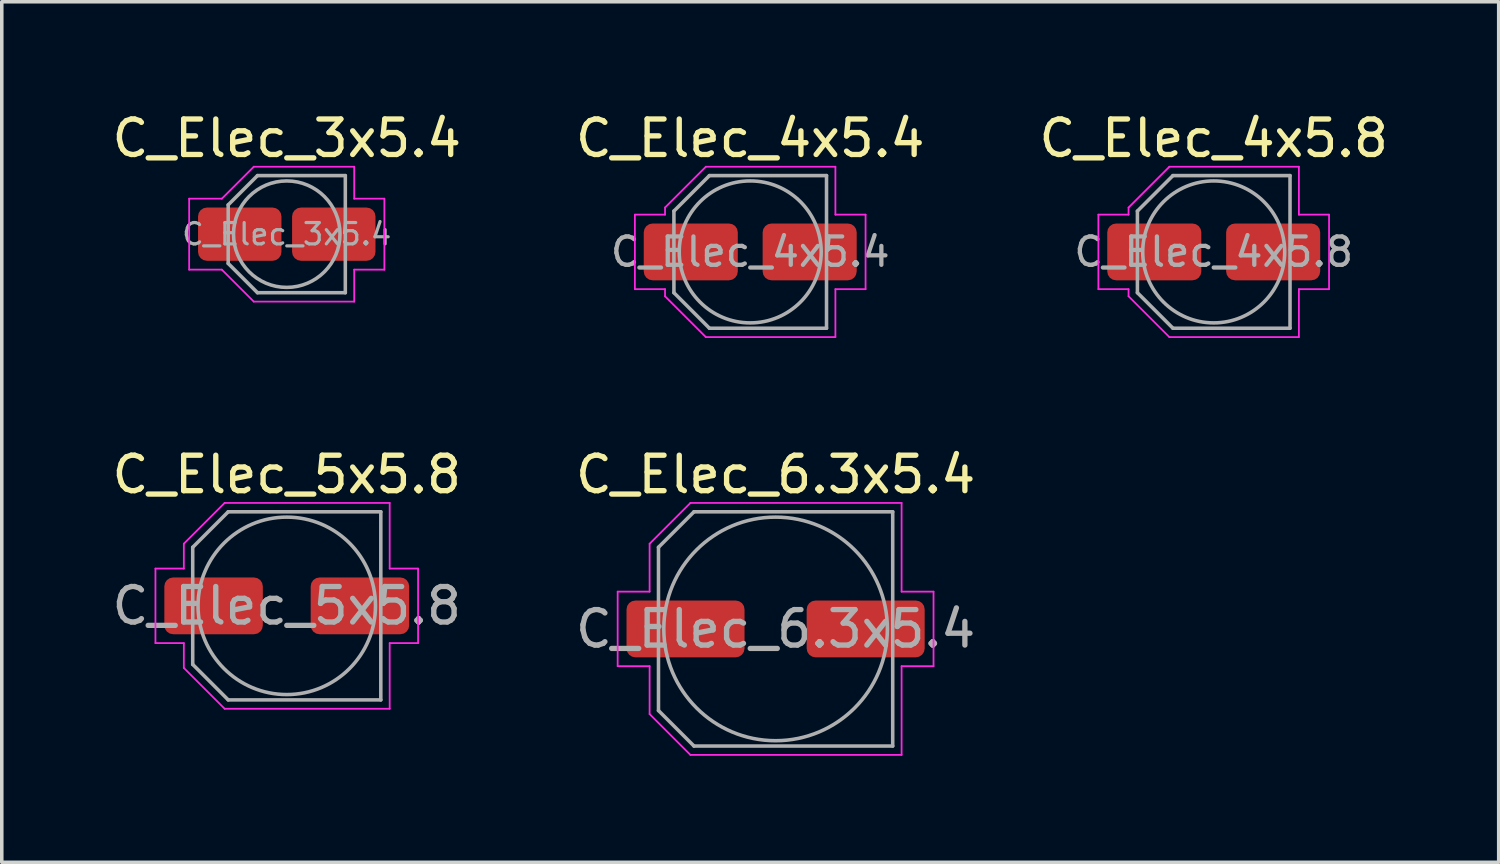
<source format=kicad_pcb>
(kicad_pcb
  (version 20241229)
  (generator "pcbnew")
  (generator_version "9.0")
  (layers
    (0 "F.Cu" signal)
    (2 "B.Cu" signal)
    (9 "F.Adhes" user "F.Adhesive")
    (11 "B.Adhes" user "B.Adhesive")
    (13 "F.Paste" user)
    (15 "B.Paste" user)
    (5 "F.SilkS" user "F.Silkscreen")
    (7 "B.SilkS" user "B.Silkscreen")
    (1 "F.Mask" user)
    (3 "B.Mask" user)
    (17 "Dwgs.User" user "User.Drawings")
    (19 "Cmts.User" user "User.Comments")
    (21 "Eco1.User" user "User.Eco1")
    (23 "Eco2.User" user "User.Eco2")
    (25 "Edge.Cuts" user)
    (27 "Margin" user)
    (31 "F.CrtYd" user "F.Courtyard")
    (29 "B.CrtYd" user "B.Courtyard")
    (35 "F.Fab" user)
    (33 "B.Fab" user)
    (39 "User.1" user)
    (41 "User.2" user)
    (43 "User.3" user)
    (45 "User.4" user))
  (footprint "C_Elec_3x5.4"
    (layer "F.Cu")
    (at 5.03 3.548)
    (property "Reference" "C_Elec_3x5.4" (at 0 -2.7 0) (layer "F.SilkS") (effects (font (size 1 1) (thickness 0.15))))
    (attr smd)
    (fp_line (start -2.75 -1) (end -2.75 1) (stroke (width 0.05) (type solid)) (layer "F.CrtYd"))
    (fp_line (start -2.75 1) (end -1.83 1) (stroke (width 0.05) (type solid)) (layer "F.CrtYd"))
    (fp_line (start -1.83 -1) (end -2.75 -1) (stroke (width 0.05) (type solid)) (layer "F.CrtYd"))
    (fp_line (start -1.83 -1) (end -0.93 -1.9) (stroke (width 0.05) (type solid)) (layer "F.CrtYd"))
    (fp_line (start -1.83 1) (end -0.93 1.9) (stroke (width 0.05) (type solid)) (layer "F.CrtYd"))
    (fp_line (start -0.93 -1.9) (end 1.9 -1.9) (stroke (width 0.05) (type solid)) (layer "F.CrtYd"))
    (fp_line (start -0.93 1.9) (end 1.9 1.9) (stroke (width 0.05) (type solid)) (layer "F.CrtYd"))
    (fp_line (start 1.9 -1.9) (end 1.9 -1) (stroke (width 0.05) (type solid)) (layer "F.CrtYd"))
    (fp_line (start 1.9 -1) (end 2.75 -1) (stroke (width 0.05) (type solid)) (layer "F.CrtYd"))
    (fp_line (start 1.9 1) (end 1.9 1.9) (stroke (width 0.05) (type solid)) (layer "F.CrtYd"))
    (fp_line (start 2.75 -1) (end 2.75 1) (stroke (width 0.05) (type solid)) (layer "F.CrtYd"))
    (fp_line (start 2.75 1) (end 1.9 1) (stroke (width 0.05) (type solid)) (layer "F.CrtYd"))
    (fp_line (start -1.65 -0.825) (end -1.65 0.825) (stroke (width 0.1) (type solid)) (layer "F.Fab"))
    (fp_line (start -1.65 -0.825) (end -0.825 -1.65) (stroke (width 0.1) (type solid)) (layer "F.Fab"))
    (fp_line (start -1.65 0.825) (end -0.825 1.65) (stroke (width 0.1) (type solid)) (layer "F.Fab"))
    (fp_line (start -0.825 -1.65) (end 1.65 -1.65) (stroke (width 0.1) (type solid)) (layer "F.Fab"))
    (fp_line (start -0.825 1.65) (end 1.65 1.65) (stroke (width 0.1) (type solid)) (layer "F.Fab"))
    (fp_line (start 1.65 -1.65) (end 1.65 1.65) (stroke (width 0.1) (type solid)) (layer "F.Fab"))
    (fp_circle (center 0 0) (end 1.5 0) (stroke (width 0.1) (type solid)) (fill no) (layer "F.Fab"))
    (fp_text user "${REFERENCE}" (at 0 0 0) (layer "F.Fab") (effects (font (size 0.6 0.6) (thickness 0.09))))
    (pad "1" smd roundrect (at -1.325 0) (size 2.35 1.5) (layers "F.Cu" "F.Mask" "F.Paste") (roundrect_rratio 0.167))
    (pad "2" smd roundrect (at 1.325 0) (size 2.35 1.5) (layers "F.Cu" "F.Mask" "F.Paste") (roundrect_rratio 0.167)))
  (footprint "C_Elec_6.3x5.4"
    (layer "F.Cu")
    (at 18.804 14.671)
    (property "Reference" "C_Elec_6.3x5.4" (at 0 -4.35 0) (layer "F.SilkS") (effects (font (size 1 1) (thickness 0.15))))
    (attr smd)
    (fp_line (start -4.45 -1.05) (end -4.45 1.05) (stroke (width 0.05) (type solid)) (layer "F.CrtYd"))
    (fp_line (start -4.45 1.05) (end -3.55 1.05) (stroke (width 0.05) (type solid)) (layer "F.CrtYd"))
    (fp_line (start -3.55 -2.4) (end -3.55 -1.05) (stroke (width 0.05) (type solid)) (layer "F.CrtYd"))
    (fp_line (start -3.55 -2.4) (end -2.4 -3.55) (stroke (width 0.05) (type solid)) (layer "F.CrtYd"))
    (fp_line (start -3.55 -1.05) (end -4.45 -1.05) (stroke (width 0.05) (type solid)) (layer "F.CrtYd"))
    (fp_line (start -3.55 1.05) (end -3.55 2.4) (stroke (width 0.05) (type solid)) (layer "F.CrtYd"))
    (fp_line (start -3.55 2.4) (end -2.4 3.55) (stroke (width 0.05) (type solid)) (layer "F.CrtYd"))
    (fp_line (start -2.4 -3.55) (end 3.55 -3.55) (stroke (width 0.05) (type solid)) (layer "F.CrtYd"))
    (fp_line (start -2.4 3.55) (end 3.55 3.55) (stroke (width 0.05) (type solid)) (layer "F.CrtYd"))
    (fp_line (start 3.55 -3.55) (end 3.55 -1.05) (stroke (width 0.05) (type solid)) (layer "F.CrtYd"))
    (fp_line (start 3.55 -1.05) (end 4.45 -1.05) (stroke (width 0.05) (type solid)) (layer "F.CrtYd"))
    (fp_line (start 3.55 1.05) (end 3.55 3.55) (stroke (width 0.05) (type solid)) (layer "F.CrtYd"))
    (fp_line (start 4.45 -1.05) (end 4.45 1.05) (stroke (width 0.05) (type solid)) (layer "F.CrtYd"))
    (fp_line (start 4.45 1.05) (end 3.55 1.05) (stroke (width 0.05) (type solid)) (layer "F.CrtYd"))
    (fp_line (start -3.3 -2.3) (end -3.3 2.3) (stroke (width 0.1) (type solid)) (layer "F.Fab"))
    (fp_line (start -3.3 -2.3) (end -2.3 -3.3) (stroke (width 0.1) (type solid)) (layer "F.Fab"))
    (fp_line (start -3.3 2.3) (end -2.3 3.3) (stroke (width 0.1) (type solid)) (layer "F.Fab"))
    (fp_line (start -2.3 -3.3) (end 3.3 -3.3) (stroke (width 0.1) (type solid)) (layer "F.Fab"))
    (fp_line (start -2.3 3.3) (end 3.3 3.3) (stroke (width 0.1) (type solid)) (layer "F.Fab"))
    (fp_line (start 3.3 -3.3) (end 3.3 3.3) (stroke (width 0.1) (type solid)) (layer "F.Fab"))
    (fp_circle (center 0 0) (end 3.15 0) (stroke (width 0.1) (type solid)) (fill no) (layer "F.Fab"))
    (fp_text user "${REFERENCE}" (at 0 0 0) (layer "F.Fab") (effects (font (size 1 1) (thickness 0.15))))
    (pad "1" smd roundrect (at -2.538 0) (size 3.325 1.6) (layers "F.Cu" "F.Mask" "F.Paste") (roundrect_rratio 0.156))
    (pad "2" smd roundrect (at 2.538 0) (size 3.325 1.6) (layers "F.Cu" "F.Mask" "F.Paste") (roundrect_rratio 0.156)))
  (footprint "C_Elec_4x5.4"
    (layer "F.Cu")
    (at 18.089 4.048)
    (property "Reference" "C_Elec_4x5.4" (at 0 -3.2 0) (layer "F.SilkS") (effects (font (size 1 1) (thickness 0.15))))
    (attr smd)
    (fp_line (start -3.25 -1.05) (end -3.25 1.05) (stroke (width 0.05) (type solid)) (layer "F.CrtYd"))
    (fp_line (start -3.25 1.05) (end -2.4 1.05) (stroke (width 0.05) (type solid)) (layer "F.CrtYd"))
    (fp_line (start -2.4 -1.25) (end -2.4 -1.05) (stroke (width 0.05) (type solid)) (layer "F.CrtYd"))
    (fp_line (start -2.4 -1.25) (end -1.25 -2.4) (stroke (width 0.05) (type solid)) (layer "F.CrtYd"))
    (fp_line (start -2.4 -1.05) (end -3.25 -1.05) (stroke (width 0.05) (type solid)) (layer "F.CrtYd"))
    (fp_line (start -2.4 1.05) (end -2.4 1.25) (stroke (width 0.05) (type solid)) (layer "F.CrtYd"))
    (fp_line (start -2.4 1.25) (end -1.25 2.4) (stroke (width 0.05) (type solid)) (layer "F.CrtYd"))
    (fp_line (start -1.25 -2.4) (end 2.4 -2.4) (stroke (width 0.05) (type solid)) (layer "F.CrtYd"))
    (fp_line (start -1.25 2.4) (end 2.4 2.4) (stroke (width 0.05) (type solid)) (layer "F.CrtYd"))
    (fp_line (start 2.4 -2.4) (end 2.4 -1.05) (stroke (width 0.05) (type solid)) (layer "F.CrtYd"))
    (fp_line (start 2.4 -1.05) (end 3.25 -1.05) (stroke (width 0.05) (type solid)) (layer "F.CrtYd"))
    (fp_line (start 2.4 1.05) (end 2.4 2.4) (stroke (width 0.05) (type solid)) (layer "F.CrtYd"))
    (fp_line (start 3.25 -1.05) (end 3.25 1.05) (stroke (width 0.05) (type solid)) (layer "F.CrtYd"))
    (fp_line (start 3.25 1.05) (end 2.4 1.05) (stroke (width 0.05) (type solid)) (layer "F.CrtYd"))
    (fp_line (start -2.15 -1.15) (end -2.15 1.15) (stroke (width 0.1) (type solid)) (layer "F.Fab"))
    (fp_line (start -2.15 -1.15) (end -1.15 -2.15) (stroke (width 0.1) (type solid)) (layer "F.Fab"))
    (fp_line (start -2.15 1.15) (end -1.15 2.15) (stroke (width 0.1) (type solid)) (layer "F.Fab"))
    (fp_line (start -1.15 -2.15) (end 2.15 -2.15) (stroke (width 0.1) (type solid)) (layer "F.Fab"))
    (fp_line (start -1.15 2.15) (end 2.15 2.15) (stroke (width 0.1) (type solid)) (layer "F.Fab"))
    (fp_line (start 2.15 -2.15) (end 2.15 2.15) (stroke (width 0.1) (type solid)) (layer "F.Fab"))
    (fp_circle (center 0 0) (end 2 0) (stroke (width 0.1) (type solid)) (fill no) (layer "F.Fab"))
    (fp_text user "${REFERENCE}" (at 0 0 0) (layer "F.Fab") (effects (font (size 0.8 0.8) (thickness 0.12))))
    (pad "1" smd roundrect (at -1.675 0) (size 2.65 1.6) (layers "F.Cu" "F.Mask" "F.Paste") (roundrect_rratio 0.156))
    (pad "2" smd roundrect (at 1.675 0) (size 2.65 1.6) (layers "F.Cu" "F.Mask" "F.Paste") (roundrect_rratio 0.156)))
  (footprint "C_Elec_4x5.8"
    (layer "F.Cu")
    (at 31.149 4.048)
    (property "Reference" "C_Elec_4x5.8" (at 0 -3.2 0) (layer "F.SilkS") (effects (font (size 1 1) (thickness 0.15))))
    (attr smd)
    (fp_line (start -3.25 -1.05) (end -3.25 1.05) (stroke (width 0.05) (type solid)) (layer "F.CrtYd"))
    (fp_line (start -3.25 1.05) (end -2.4 1.05) (stroke (width 0.05) (type solid)) (layer "F.CrtYd"))
    (fp_line (start -2.4 -1.25) (end -2.4 -1.05) (stroke (width 0.05) (type solid)) (layer "F.CrtYd"))
    (fp_line (start -2.4 -1.25) (end -1.25 -2.4) (stroke (width 0.05) (type solid)) (layer "F.CrtYd"))
    (fp_line (start -2.4 -1.05) (end -3.25 -1.05) (stroke (width 0.05) (type solid)) (layer "F.CrtYd"))
    (fp_line (start -2.4 1.05) (end -2.4 1.25) (stroke (width 0.05) (type solid)) (layer "F.CrtYd"))
    (fp_line (start -2.4 1.25) (end -1.25 2.4) (stroke (width 0.05) (type solid)) (layer "F.CrtYd"))
    (fp_line (start -1.25 -2.4) (end 2.4 -2.4) (stroke (width 0.05) (type solid)) (layer "F.CrtYd"))
    (fp_line (start -1.25 2.4) (end 2.4 2.4) (stroke (width 0.05) (type solid)) (layer "F.CrtYd"))
    (fp_line (start 2.4 -2.4) (end 2.4 -1.05) (stroke (width 0.05) (type solid)) (layer "F.CrtYd"))
    (fp_line (start 2.4 -1.05) (end 3.25 -1.05) (stroke (width 0.05) (type solid)) (layer "F.CrtYd"))
    (fp_line (start 2.4 1.05) (end 2.4 2.4) (stroke (width 0.05) (type solid)) (layer "F.CrtYd"))
    (fp_line (start 3.25 -1.05) (end 3.25 1.05) (stroke (width 0.05) (type solid)) (layer "F.CrtYd"))
    (fp_line (start 3.25 1.05) (end 2.4 1.05) (stroke (width 0.05) (type solid)) (layer "F.CrtYd"))
    (fp_line (start -2.15 -1.15) (end -2.15 1.15) (stroke (width 0.1) (type solid)) (layer "F.Fab"))
    (fp_line (start -2.15 -1.15) (end -1.15 -2.15) (stroke (width 0.1) (type solid)) (layer "F.Fab"))
    (fp_line (start -2.15 1.15) (end -1.15 2.15) (stroke (width 0.1) (type solid)) (layer "F.Fab"))
    (fp_line (start -1.15 -2.15) (end 2.15 -2.15) (stroke (width 0.1) (type solid)) (layer "F.Fab"))
    (fp_line (start -1.15 2.15) (end 2.15 2.15) (stroke (width 0.1) (type solid)) (layer "F.Fab"))
    (fp_line (start 2.15 -2.15) (end 2.15 2.15) (stroke (width 0.1) (type solid)) (layer "F.Fab"))
    (fp_circle (center 0 0) (end 2 0) (stroke (width 0.1) (type solid)) (fill no) (layer "F.Fab"))
    (fp_text user "${REFERENCE}" (at 0 0 0) (layer "F.Fab") (effects (font (size 0.8 0.8) (thickness 0.12))))
    (pad "1" smd roundrect (at -1.675 0) (size 2.65 1.6) (layers "F.Cu" "F.Mask" "F.Paste") (roundrect_rratio 0.156))
    (pad "2" smd roundrect (at 1.675 0) (size 2.65 1.6) (layers "F.Cu" "F.Mask" "F.Paste") (roundrect_rratio 0.156)))
  (footprint "C_Elec_5x5.8"
    (layer "F.Cu")
    (at 5.03 14.021)
    (property "Reference" "C_Elec_5x5.8" (at 0 -3.7 0) (layer "F.SilkS") (effects (font (size 1 1) (thickness 0.15))))
    (attr smd)
    (fp_line (start -3.7 -1.05) (end -3.7 1.05) (stroke (width 0.05) (type solid)) (layer "F.CrtYd"))
    (fp_line (start -3.7 1.05) (end -2.9 1.05) (stroke (width 0.05) (type solid)) (layer "F.CrtYd"))
    (fp_line (start -2.9 -1.75) (end -2.9 -1.05) (stroke (width 0.05) (type solid)) (layer "F.CrtYd"))
    (fp_line (start -2.9 -1.75) (end -1.75 -2.9) (stroke (width 0.05) (type solid)) (layer "F.CrtYd"))
    (fp_line (start -2.9 -1.05) (end -3.7 -1.05) (stroke (width 0.05) (type solid)) (layer "F.CrtYd"))
    (fp_line (start -2.9 1.05) (end -2.9 1.75) (stroke (width 0.05) (type solid)) (layer "F.CrtYd"))
    (fp_line (start -2.9 1.75) (end -1.75 2.9) (stroke (width 0.05) (type solid)) (layer "F.CrtYd"))
    (fp_line (start -1.75 -2.9) (end 2.9 -2.9) (stroke (width 0.05) (type solid)) (layer "F.CrtYd"))
    (fp_line (start -1.75 2.9) (end 2.9 2.9) (stroke (width 0.05) (type solid)) (layer "F.CrtYd"))
    (fp_line (start 2.9 -2.9) (end 2.9 -1.05) (stroke (width 0.05) (type solid)) (layer "F.CrtYd"))
    (fp_line (start 2.9 -1.05) (end 3.7 -1.05) (stroke (width 0.05) (type solid)) (layer "F.CrtYd"))
    (fp_line (start 2.9 1.05) (end 2.9 2.9) (stroke (width 0.05) (type solid)) (layer "F.CrtYd"))
    (fp_line (start 3.7 -1.05) (end 3.7 1.05) (stroke (width 0.05) (type solid)) (layer "F.CrtYd"))
    (fp_line (start 3.7 1.05) (end 2.9 1.05) (stroke (width 0.05) (type solid)) (layer "F.CrtYd"))
    (fp_line (start -2.65 -1.65) (end -2.65 1.65) (stroke (width 0.1) (type solid)) (layer "F.Fab"))
    (fp_line (start -2.65 -1.65) (end -1.65 -2.65) (stroke (width 0.1) (type solid)) (layer "F.Fab"))
    (fp_line (start -2.65 1.65) (end -1.65 2.65) (stroke (width 0.1) (type solid)) (layer "F.Fab"))
    (fp_line (start -1.65 -2.65) (end 2.65 -2.65) (stroke (width 0.1) (type solid)) (layer "F.Fab"))
    (fp_line (start -1.65 2.65) (end 2.65 2.65) (stroke (width 0.1) (type solid)) (layer "F.Fab"))
    (fp_line (start 2.65 -2.65) (end 2.65 2.65) (stroke (width 0.1) (type solid)) (layer "F.Fab"))
    (fp_circle (center 0 0) (end 2.5 0) (stroke (width 0.1) (type solid)) (fill no) (layer "F.Fab"))
    (fp_text user "${REFERENCE}" (at 0 0 0) (layer "F.Fab") (effects (font (size 1 1) (thickness 0.15))))
    (pad "1" smd roundrect (at -2.062 0) (size 2.775 1.6) (layers "F.Cu" "F.Mask" "F.Paste") (roundrect_rratio 0.156))
    (pad "2" smd roundrect (at 2.062 0) (size 2.775 1.6) (layers "F.Cu" "F.Mask" "F.Paste") (roundrect_rratio 0.156)))
  (gr_rect
    (start -3 -3)
    (end 39.179 21.247)
    (stroke (width 0.1) (type default))
    (fill no)
    (layer "Edge.Cuts")))
</source>
